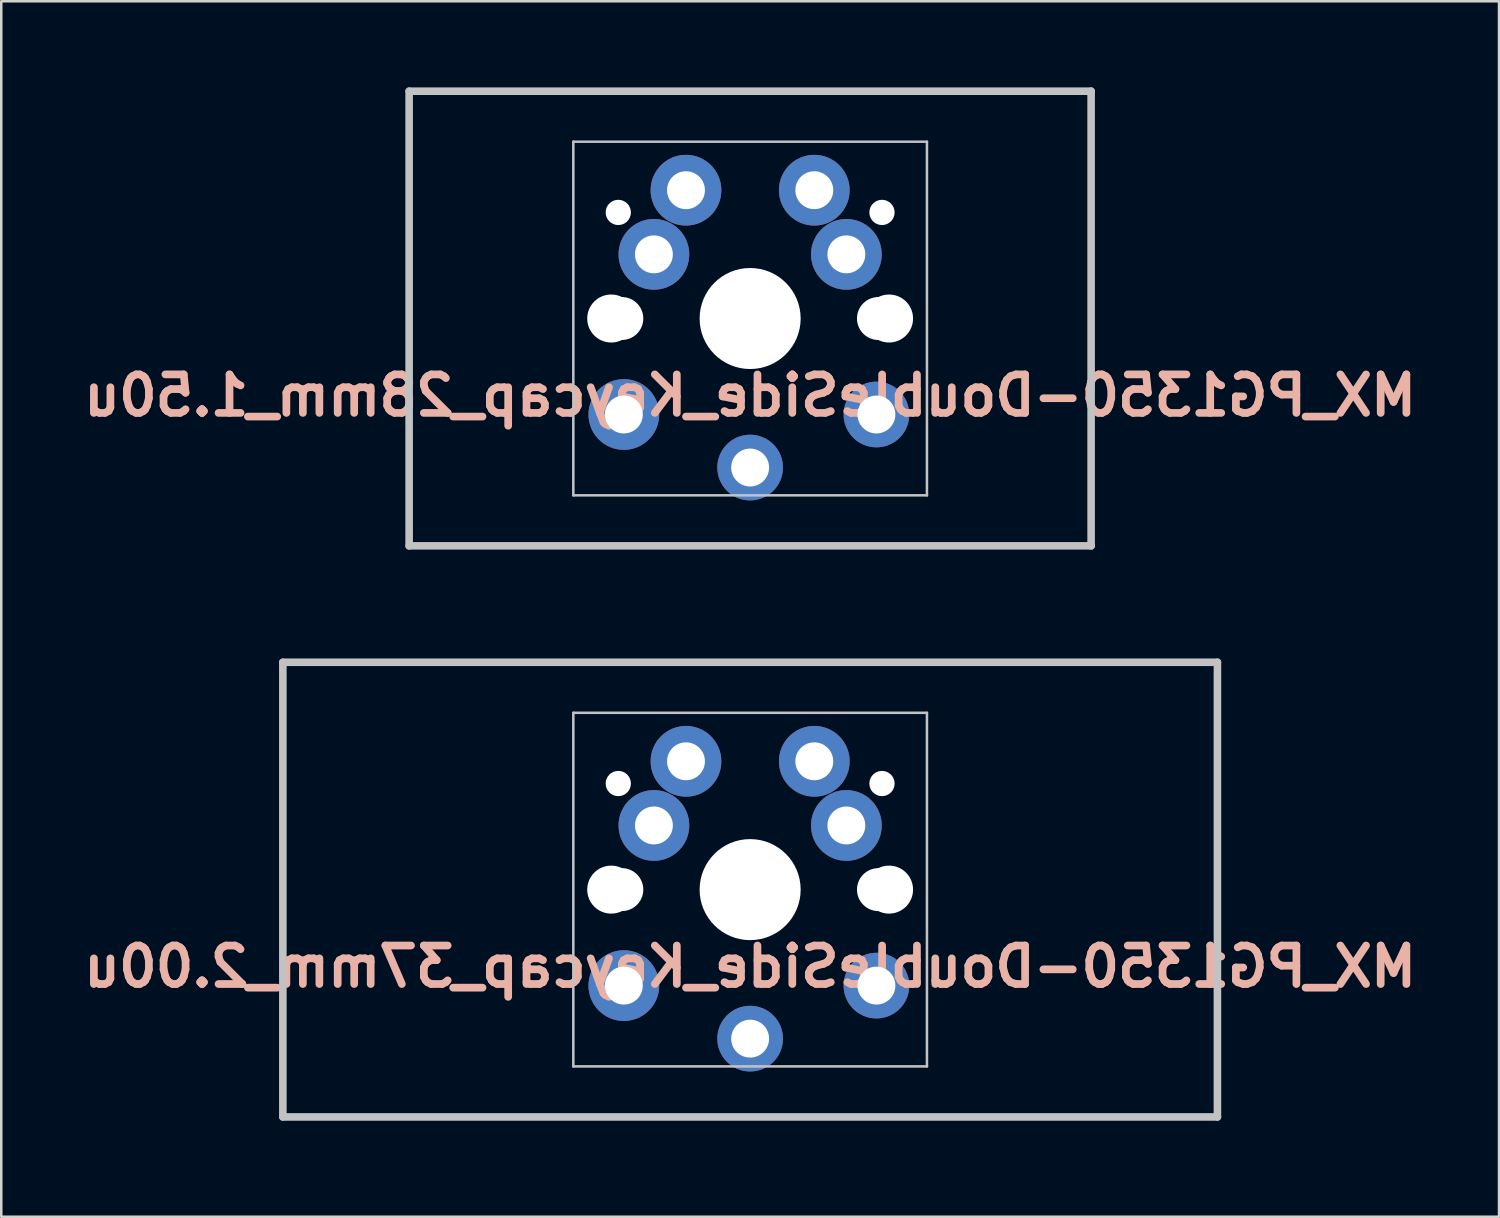
<source format=kicad_pcb>
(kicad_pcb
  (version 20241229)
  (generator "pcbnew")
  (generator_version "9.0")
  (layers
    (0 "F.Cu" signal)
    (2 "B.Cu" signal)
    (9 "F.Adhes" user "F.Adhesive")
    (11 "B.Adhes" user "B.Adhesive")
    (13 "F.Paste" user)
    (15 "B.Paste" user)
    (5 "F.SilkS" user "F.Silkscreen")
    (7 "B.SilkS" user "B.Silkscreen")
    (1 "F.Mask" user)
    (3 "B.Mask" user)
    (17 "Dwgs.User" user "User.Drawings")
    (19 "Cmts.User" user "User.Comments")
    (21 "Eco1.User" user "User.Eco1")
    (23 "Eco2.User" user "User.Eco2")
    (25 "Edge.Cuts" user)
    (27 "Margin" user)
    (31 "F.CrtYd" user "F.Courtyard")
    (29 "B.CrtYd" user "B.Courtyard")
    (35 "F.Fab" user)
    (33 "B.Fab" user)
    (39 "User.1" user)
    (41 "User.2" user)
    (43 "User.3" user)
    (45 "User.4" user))
  (footprint "MX_PG1350-DoubleSide_Keycap_37mm_2.00u"
    (layer "F.Cu")
    (at 26.648 32.17)
    (property "Reference" "MX_PG1350-DoubleSide_Keycap_37mm_2.00u" (at 0 3.048 0) (layer "B.SilkS") (effects (font (size 1.524 1.524) (thickness 0.305)) (justify mirror)))
    (attr through_hole)
    (fp_line (start -18.5 -9) (end 18.5 -9) (stroke (width 0.3) (type solid)) (layer "Dwgs.User"))
    (fp_line (start -18.5 9) (end -18.5 -9) (stroke (width 0.3) (type solid)) (layer "Dwgs.User"))
    (fp_line (start -7 -7) (end 7 -7) (stroke (width 0.1) (type solid)) (layer "Dwgs.User"))
    (fp_line (start -7 7) (end -7 -7) (stroke (width 0.1) (type solid)) (layer "Dwgs.User"))
    (fp_line (start 7 -7) (end 7 7) (stroke (width 0.1) (type solid)) (layer "Dwgs.User"))
    (fp_line (start 7 7) (end -7 7) (stroke (width 0.1) (type solid)) (layer "Dwgs.User"))
    (fp_line (start 18.5 -9) (end 18.5 9) (stroke (width 0.3) (type solid)) (layer "Dwgs.User"))
    (fp_line (start 18.5 9) (end -18.5 9) (stroke (width 0.3) (type solid)) (layer "Dwgs.User"))
    (fp_rect (start -18.95 -9.55) (end 19.05 9.55) (stroke (width 0.12) (type solid)) (fill no) (layer "User.9"))
    (fp_text user "KeycapSafeMatch" (at -19.2 8.6 90) (unlocked yes) (layer "User.9") (effects (font (size 0.2 0.2) (thickness 0.05))))
    (pad "" np_thru_hole circle (at -5.5 0) (size 1.9 1.9) (drill 1.9) (layers "*.Cu" "*.Mask"))
    (pad "" np_thru_hole circle (at -5.22 -4.2) (size 1 1) (drill 1) (layers "*.Cu" "*.Mask"))
    (pad "" np_thru_hole circle (at -5.08 0) (size 1.7 1.7) (drill 1.7) (layers "*.Cu" "*.Mask"))
    (pad "" np_thru_hole circle (at 0 0) (size 4 4) (drill 4) (layers "*.Cu" "*.Mask"))
    (pad "" np_thru_hole circle (at 5.08 0) (size 1.7 1.7) (drill 1.7) (layers "*.Cu" "*.Mask"))
    (pad "" np_thru_hole circle (at 5.22 -4.2) (size 1 1) (drill 1) (layers "*.Cu" "*.Mask"))
    (pad "" np_thru_hole circle (at 5.5 0) (size 1.9 1.9) (drill 1.9) (layers "*.Cu" "*.Mask"))
    (pad "1" thru_hole circle (at -3.81 -2.54) (size 2.8 2.8) (drill 1.5) (layers "*.Cu" "*.Mask"))
    (pad "1" thru_hole circle (at -2.54 -5.08) (size 2.8 2.8) (drill 1.5) (layers "*.Cu" "*.Mask"))
    (pad "1" thru_hole circle (at 0 5.9) (size 2.6 2.6) (drill 1.5) (layers "*.Cu" "*.Mask"))
    (pad "2" thru_hole circle (at -5 3.8) (size 2.8 2.8) (drill 1.5) (layers "*.Cu" "*.Mask"))
    (pad "2" thru_hole circle (at 2.54 -5.08) (size 2.8 2.8) (drill 1.5) (layers "*.Cu" "*.Mask"))
    (pad "2" thru_hole circle (at 3.81 -2.54) (size 2.8 2.8) (drill 1.5) (layers "*.Cu" "*.Mask"))
    (pad "2" thru_hole circle (at 5 3.8) (size 2.6 2.6) (drill 1.5) (layers "*.Cu" "*.Mask")))
  (footprint "MX_PG1350-DoubleSide_Keycap_28mm_1.50u"
    (layer "F.Cu")
    (at 26.648 9.56)
    (property "Reference" "MX_PG1350-DoubleSide_Keycap_28mm_1.50u" (at 0 3.048 0) (layer "B.SilkS") (effects (font (size 1.524 1.524) (thickness 0.305)) (justify mirror)))
    (attr through_hole)
    (fp_line (start -13.5 -9) (end 13.5 -9) (stroke (width 0.3) (type solid)) (layer "Dwgs.User"))
    (fp_line (start -13.5 9) (end -13.5 -9) (stroke (width 0.3) (type solid)) (layer "Dwgs.User"))
    (fp_line (start -7 -7) (end 7 -7) (stroke (width 0.1) (type solid)) (layer "Dwgs.User"))
    (fp_line (start -7 7) (end -7 -7) (stroke (width 0.1) (type solid)) (layer "Dwgs.User"))
    (fp_line (start 7 -7) (end 7 7) (stroke (width 0.1) (type solid)) (layer "Dwgs.User"))
    (fp_line (start 7 7) (end -7 7) (stroke (width 0.1) (type solid)) (layer "Dwgs.User"))
    (fp_line (start 13.5 -9) (end 13.5 9) (stroke (width 0.3) (type solid)) (layer "Dwgs.User"))
    (fp_line (start 13.5 9) (end -13.5 9) (stroke (width 0.3) (type solid)) (layer "Dwgs.User"))
    (fp_rect (start -14 -9.5) (end 14 9.5) (stroke (width 0.12) (type solid)) (fill no) (layer "User.9"))
    (fp_text user "KeycapSafeMatch" (at -14.2 8.65 90) (unlocked yes) (layer "User.9") (effects (font (size 0.2 0.2) (thickness 0.05))))
    (pad "" np_thru_hole circle (at -5.5 0) (size 1.9 1.9) (drill 1.9) (layers "*.Cu" "*.Mask"))
    (pad "" np_thru_hole circle (at -5.22 -4.2) (size 1 1) (drill 1) (layers "*.Cu" "*.Mask"))
    (pad "" np_thru_hole circle (at -5.08 0) (size 1.7 1.7) (drill 1.7) (layers "*.Cu" "*.Mask"))
    (pad "" np_thru_hole circle (at 0 0) (size 4 4) (drill 4) (layers "*.Cu" "*.Mask"))
    (pad "" np_thru_hole circle (at 5.08 0) (size 1.7 1.7) (drill 1.7) (layers "*.Cu" "*.Mask"))
    (pad "" np_thru_hole circle (at 5.22 -4.2) (size 1 1) (drill 1) (layers "*.Cu" "*.Mask"))
    (pad "" np_thru_hole circle (at 5.5 0) (size 1.9 1.9) (drill 1.9) (layers "*.Cu" "*.Mask"))
    (pad "1" thru_hole circle (at -3.81 -2.54) (size 2.8 2.8) (drill 1.5) (layers "*.Cu" "*.Mask"))
    (pad "1" thru_hole circle (at -2.54 -5.08) (size 2.8 2.8) (drill 1.5) (layers "*.Cu" "*.Mask"))
    (pad "1" thru_hole circle (at 0 5.9) (size 2.6 2.6) (drill 1.5) (layers "*.Cu" "*.Mask"))
    (pad "2" thru_hole circle (at -5 3.8) (size 2.8 2.8) (drill 1.5) (layers "*.Cu" "*.Mask"))
    (pad "2" thru_hole circle (at 2.54 -5.08) (size 2.8 2.8) (drill 1.5) (layers "*.Cu" "*.Mask"))
    (pad "2" thru_hole circle (at 3.81 -2.54) (size 2.8 2.8) (drill 1.5) (layers "*.Cu" "*.Mask"))
    (pad "2" thru_hole circle (at 5 3.8) (size 2.6 2.6) (drill 1.5) (layers "*.Cu" "*.Mask")))
  (gr_rect
    (start -3 -3)
    (end 56.296 45.12)
    (stroke (width 0.1) (type default))
    (fill no)
    (layer "Edge.Cuts")))
</source>
